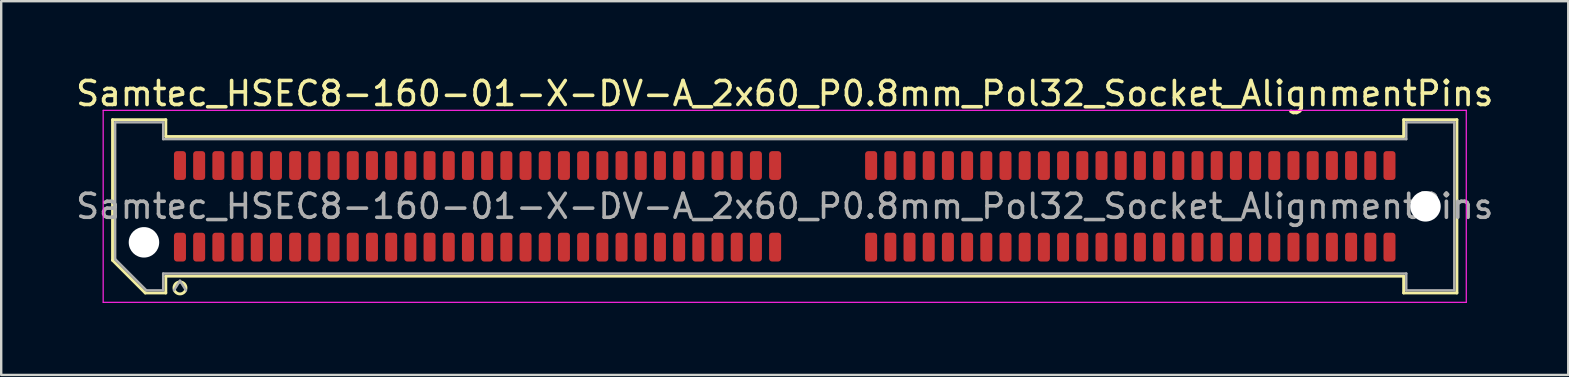
<source format=kicad_pcb>
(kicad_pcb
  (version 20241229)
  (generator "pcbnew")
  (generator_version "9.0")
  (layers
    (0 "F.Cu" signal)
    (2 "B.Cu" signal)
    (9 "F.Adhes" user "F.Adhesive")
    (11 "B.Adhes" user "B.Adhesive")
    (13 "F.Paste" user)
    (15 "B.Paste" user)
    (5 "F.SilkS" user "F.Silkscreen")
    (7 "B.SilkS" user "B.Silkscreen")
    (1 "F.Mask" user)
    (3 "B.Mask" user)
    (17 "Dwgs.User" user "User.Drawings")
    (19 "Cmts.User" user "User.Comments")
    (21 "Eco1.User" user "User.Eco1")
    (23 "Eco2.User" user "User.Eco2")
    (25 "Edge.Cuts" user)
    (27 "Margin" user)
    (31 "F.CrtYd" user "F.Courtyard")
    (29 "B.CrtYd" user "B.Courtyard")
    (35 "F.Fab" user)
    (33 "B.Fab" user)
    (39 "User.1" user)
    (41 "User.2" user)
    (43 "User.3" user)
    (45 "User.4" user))
  (footprint "Samtec_HSEC8-160-01-X-DV-A_2x60_P0.8mm_Pol32_Socket_AlignmentPins"
    (layer "F.Cu")
    (at 29.649 5.548)
    (property "Reference" "Samtec_HSEC8-160-01-X-DV-A_2x60_P0.8mm_Pol32_Socket_AlignmentPins" (at 0 -4.7 0) (layer "F.SilkS") (effects (font (size 1 1) (thickness 0.15))))
    (attr smd)
    (fp_line (start -28.01 -3.61) (end -25.79 -3.61) (stroke (width 0.12) (type solid)) (layer "F.SilkS"))
    (fp_line (start -28.01 2.246) (end -28.01 -3.61) (stroke (width 0.12) (type solid)) (layer "F.SilkS"))
    (fp_line (start -26.646 3.61) (end -28.01 2.246) (stroke (width 0.12) (type solid)) (layer "F.SilkS"))
    (fp_line (start -25.79 -3.61) (end -25.79 -2.91) (stroke (width 0.12) (type solid)) (layer "F.SilkS"))
    (fp_line (start -25.79 -2.91) (end 25.79 -2.91) (stroke (width 0.12) (type solid)) (layer "F.SilkS"))
    (fp_line (start -25.79 2.91) (end -25.79 3.61) (stroke (width 0.12) (type solid)) (layer "F.SilkS"))
    (fp_line (start -25.79 3.61) (end -26.646 3.61) (stroke (width 0.12) (type solid)) (layer "F.SilkS"))
    (fp_line (start 25.79 -3.61) (end 28.01 -3.61) (stroke (width 0.12) (type solid)) (layer "F.SilkS"))
    (fp_line (start 25.79 -2.91) (end 25.79 -3.61) (stroke (width 0.12) (type solid)) (layer "F.SilkS"))
    (fp_line (start 25.79 2.91) (end -25.79 2.91) (stroke (width 0.12) (type solid)) (layer "F.SilkS"))
    (fp_line (start 25.79 3.61) (end 25.79 2.91) (stroke (width 0.12) (type solid)) (layer "F.SilkS"))
    (fp_line (start 28.01 -3.61) (end 28.01 3.61) (stroke (width 0.12) (type solid)) (layer "F.SilkS"))
    (fp_line (start 28.01 3.61) (end 25.79 3.61) (stroke (width 0.12) (type solid)) (layer "F.SilkS"))
    (fp_arc (start -24.95 3.4) (mid -25.45 3.4) (end -24.95 3.4) (stroke (width 0.12) (type solid)) (layer "F.SilkS"))
    (fp_line (start -28.4 -4) (end -28.4 4) (stroke (width 0.05) (type solid)) (layer "F.CrtYd"))
    (fp_line (start -28.4 4) (end 28.4 4) (stroke (width 0.05) (type solid)) (layer "F.CrtYd"))
    (fp_line (start 28.4 -4) (end -28.4 -4) (stroke (width 0.05) (type solid)) (layer "F.CrtYd"))
    (fp_line (start 28.4 4) (end 28.4 -4) (stroke (width 0.05) (type solid)) (layer "F.CrtYd"))
    (fp_line (start -27.9 -3.5) (end -25.9 -3.5) (stroke (width 0.1) (type solid)) (layer "F.Fab"))
    (fp_line (start -27.9 2.2) (end -27.9 -3.5) (stroke (width 0.1) (type solid)) (layer "F.Fab"))
    (fp_line (start -26.6 3.5) (end -27.9 2.2) (stroke (width 0.1) (type solid)) (layer "F.Fab"))
    (fp_line (start -25.9 -3.5) (end -25.9 -2.8) (stroke (width 0.1) (type solid)) (layer "F.Fab"))
    (fp_line (start -25.9 -2.8) (end 25.9 -2.8) (stroke (width 0.1) (type solid)) (layer "F.Fab"))
    (fp_line (start -25.9 2.8) (end -25.9 3.5) (stroke (width 0.1) (type solid)) (layer "F.Fab"))
    (fp_line (start -25.9 3.5) (end -26.6 3.5) (stroke (width 0.1) (type solid)) (layer "F.Fab"))
    (fp_line (start -25.2 3.1) (end -25.45 3.5) (stroke (width 0.1) (type solid)) (layer "F.Fab"))
    (fp_line (start -25.2 3.1) (end -24.95 3.5) (stroke (width 0.1) (type solid)) (layer "F.Fab"))
    (fp_line (start 25.9 -3.5) (end 27.9 -3.5) (stroke (width 0.1) (type solid)) (layer "F.Fab"))
    (fp_line (start 25.9 -2.8) (end 25.9 -3.5) (stroke (width 0.1) (type solid)) (layer "F.Fab"))
    (fp_line (start 25.9 2.8) (end -25.9 2.8) (stroke (width 0.1) (type solid)) (layer "F.Fab"))
    (fp_line (start 25.9 3.5) (end 25.9 2.8) (stroke (width 0.1) (type solid)) (layer "F.Fab"))
    (fp_line (start 27.9 -3.5) (end 27.9 3.5) (stroke (width 0.1) (type solid)) (layer "F.Fab"))
    (fp_line (start 27.9 3.5) (end 25.9 3.5) (stroke (width 0.1) (type solid)) (layer "F.Fab"))
    (fp_text user "${REFERENCE}" (at 0 0 0) (layer "F.Fab") (effects (font (size 1 1) (thickness 0.15))))
    (pad "" np_thru_hole circle (at -26.7 1.5) (size 1.27 1.27) (drill 1.27) (layers "*.Cu" "*.Mask"))
    (pad "" np_thru_hole circle (at 26.7 0) (size 1.27 1.27) (drill 1.27) (layers "*.Cu" "*.Mask"))
    (pad "1" smd roundrect (at -25.2 1.7) (size 0.5 1.2) (layers "F.Cu" "F.Mask" "F.Paste") (roundrect_rratio 0.25))
    (pad "2" smd roundrect (at -25.2 -1.7) (size 0.5 1.2) (layers "F.Cu" "F.Mask" "F.Paste") (roundrect_rratio 0.25))
    (pad "3" smd roundrect (at -24.4 1.7) (size 0.5 1.2) (layers "F.Cu" "F.Mask" "F.Paste") (roundrect_rratio 0.25))
    (pad "4" smd roundrect (at -24.4 -1.7) (size 0.5 1.2) (layers "F.Cu" "F.Mask" "F.Paste") (roundrect_rratio 0.25))
    (pad "5" smd roundrect (at -23.6 1.7) (size 0.5 1.2) (layers "F.Cu" "F.Mask" "F.Paste") (roundrect_rratio 0.25))
    (pad "6" smd roundrect (at -23.6 -1.7) (size 0.5 1.2) (layers "F.Cu" "F.Mask" "F.Paste") (roundrect_rratio 0.25))
    (pad "7" smd roundrect (at -22.8 1.7) (size 0.5 1.2) (layers "F.Cu" "F.Mask" "F.Paste") (roundrect_rratio 0.25))
    (pad "8" smd roundrect (at -22.8 -1.7) (size 0.5 1.2) (layers "F.Cu" "F.Mask" "F.Paste") (roundrect_rratio 0.25))
    (pad "9" smd roundrect (at -22 1.7) (size 0.5 1.2) (layers "F.Cu" "F.Mask" "F.Paste") (roundrect_rratio 0.25))
    (pad "10" smd roundrect (at -22 -1.7) (size 0.5 1.2) (layers "F.Cu" "F.Mask" "F.Paste") (roundrect_rratio 0.25))
    (pad "11" smd roundrect (at -21.2 1.7) (size 0.5 1.2) (layers "F.Cu" "F.Mask" "F.Paste") (roundrect_rratio 0.25))
    (pad "12" smd roundrect (at -21.2 -1.7) (size 0.5 1.2) (layers "F.Cu" "F.Mask" "F.Paste") (roundrect_rratio 0.25))
    (pad "13" smd roundrect (at -20.4 1.7) (size 0.5 1.2) (layers "F.Cu" "F.Mask" "F.Paste") (roundrect_rratio 0.25))
    (pad "14" smd roundrect (at -20.4 -1.7) (size 0.5 1.2) (layers "F.Cu" "F.Mask" "F.Paste") (roundrect_rratio 0.25))
    (pad "15" smd roundrect (at -19.6 1.7) (size 0.5 1.2) (layers "F.Cu" "F.Mask" "F.Paste") (roundrect_rratio 0.25))
    (pad "16" smd roundrect (at -19.6 -1.7) (size 0.5 1.2) (layers "F.Cu" "F.Mask" "F.Paste") (roundrect_rratio 0.25))
    (pad "17" smd roundrect (at -18.8 1.7) (size 0.5 1.2) (layers "F.Cu" "F.Mask" "F.Paste") (roundrect_rratio 0.25))
    (pad "18" smd roundrect (at -18.8 -1.7) (size 0.5 1.2) (layers "F.Cu" "F.Mask" "F.Paste") (roundrect_rratio 0.25))
    (pad "19" smd roundrect (at -18 1.7) (size 0.5 1.2) (layers "F.Cu" "F.Mask" "F.Paste") (roundrect_rratio 0.25))
    (pad "20" smd roundrect (at -18 -1.7) (size 0.5 1.2) (layers "F.Cu" "F.Mask" "F.Paste") (roundrect_rratio 0.25))
    (pad "21" smd roundrect (at -17.2 1.7) (size 0.5 1.2) (layers "F.Cu" "F.Mask" "F.Paste") (roundrect_rratio 0.25))
    (pad "22" smd roundrect (at -17.2 -1.7) (size 0.5 1.2) (layers "F.Cu" "F.Mask" "F.Paste") (roundrect_rratio 0.25))
    (pad "23" smd roundrect (at -16.4 1.7) (size 0.5 1.2) (layers "F.Cu" "F.Mask" "F.Paste") (roundrect_rratio 0.25))
    (pad "24" smd roundrect (at -16.4 -1.7) (size 0.5 1.2) (layers "F.Cu" "F.Mask" "F.Paste") (roundrect_rratio 0.25))
    (pad "25" smd roundrect (at -15.6 1.7) (size 0.5 1.2) (layers "F.Cu" "F.Mask" "F.Paste") (roundrect_rratio 0.25))
    (pad "26" smd roundrect (at -15.6 -1.7) (size 0.5 1.2) (layers "F.Cu" "F.Mask" "F.Paste") (roundrect_rratio 0.25))
    (pad "27" smd roundrect (at -14.8 1.7) (size 0.5 1.2) (layers "F.Cu" "F.Mask" "F.Paste") (roundrect_rratio 0.25))
    (pad "28" smd roundrect (at -14.8 -1.7) (size 0.5 1.2) (layers "F.Cu" "F.Mask" "F.Paste") (roundrect_rratio 0.25))
    (pad "29" smd roundrect (at -14 1.7) (size 0.5 1.2) (layers "F.Cu" "F.Mask" "F.Paste") (roundrect_rratio 0.25))
    (pad "30" smd roundrect (at -14 -1.7) (size 0.5 1.2) (layers "F.Cu" "F.Mask" "F.Paste") (roundrect_rratio 0.25))
    (pad "31" smd roundrect (at -13.2 1.7) (size 0.5 1.2) (layers "F.Cu" "F.Mask" "F.Paste") (roundrect_rratio 0.25))
    (pad "32" smd roundrect (at -13.2 -1.7) (size 0.5 1.2) (layers "F.Cu" "F.Mask" "F.Paste") (roundrect_rratio 0.25))
    (pad "33" smd roundrect (at -12.4 1.7) (size 0.5 1.2) (layers "F.Cu" "F.Mask" "F.Paste") (roundrect_rratio 0.25))
    (pad "34" smd roundrect (at -12.4 -1.7) (size 0.5 1.2) (layers "F.Cu" "F.Mask" "F.Paste") (roundrect_rratio 0.25))
    (pad "35" smd roundrect (at -11.6 1.7) (size 0.5 1.2) (layers "F.Cu" "F.Mask" "F.Paste") (roundrect_rratio 0.25))
    (pad "36" smd roundrect (at -11.6 -1.7) (size 0.5 1.2) (layers "F.Cu" "F.Mask" "F.Paste") (roundrect_rratio 0.25))
    (pad "37" smd roundrect (at -10.8 1.7) (size 0.5 1.2) (layers "F.Cu" "F.Mask" "F.Paste") (roundrect_rratio 0.25))
    (pad "38" smd roundrect (at -10.8 -1.7) (size 0.5 1.2) (layers "F.Cu" "F.Mask" "F.Paste") (roundrect_rratio 0.25))
    (pad "39" smd roundrect (at -10 1.7) (size 0.5 1.2) (layers "F.Cu" "F.Mask" "F.Paste") (roundrect_rratio 0.25))
    (pad "40" smd roundrect (at -10 -1.7) (size 0.5 1.2) (layers "F.Cu" "F.Mask" "F.Paste") (roundrect_rratio 0.25))
    (pad "41" smd roundrect (at -9.2 1.7) (size 0.5 1.2) (layers "F.Cu" "F.Mask" "F.Paste") (roundrect_rratio 0.25))
    (pad "42" smd roundrect (at -9.2 -1.7) (size 0.5 1.2) (layers "F.Cu" "F.Mask" "F.Paste") (roundrect_rratio 0.25))
    (pad "43" smd roundrect (at -8.4 1.7) (size 0.5 1.2) (layers "F.Cu" "F.Mask" "F.Paste") (roundrect_rratio 0.25))
    (pad "44" smd roundrect (at -8.4 -1.7) (size 0.5 1.2) (layers "F.Cu" "F.Mask" "F.Paste") (roundrect_rratio 0.25))
    (pad "45" smd roundrect (at -7.6 1.7) (size 0.5 1.2) (layers "F.Cu" "F.Mask" "F.Paste") (roundrect_rratio 0.25))
    (pad "46" smd roundrect (at -7.6 -1.7) (size 0.5 1.2) (layers "F.Cu" "F.Mask" "F.Paste") (roundrect_rratio 0.25))
    (pad "47" smd roundrect (at -6.8 1.7) (size 0.5 1.2) (layers "F.Cu" "F.Mask" "F.Paste") (roundrect_rratio 0.25))
    (pad "48" smd roundrect (at -6.8 -1.7) (size 0.5 1.2) (layers "F.Cu" "F.Mask" "F.Paste") (roundrect_rratio 0.25))
    (pad "49" smd roundrect (at -6 1.7) (size 0.5 1.2) (layers "F.Cu" "F.Mask" "F.Paste") (roundrect_rratio 0.25))
    (pad "50" smd roundrect (at -6 -1.7) (size 0.5 1.2) (layers "F.Cu" "F.Mask" "F.Paste") (roundrect_rratio 0.25))
    (pad "51" smd roundrect (at -5.2 1.7) (size 0.5 1.2) (layers "F.Cu" "F.Mask" "F.Paste") (roundrect_rratio 0.25))
    (pad "52" smd roundrect (at -5.2 -1.7) (size 0.5 1.2) (layers "F.Cu" "F.Mask" "F.Paste") (roundrect_rratio 0.25))
    (pad "53" smd roundrect (at -4.4 1.7) (size 0.5 1.2) (layers "F.Cu" "F.Mask" "F.Paste") (roundrect_rratio 0.25))
    (pad "54" smd roundrect (at -4.4 -1.7) (size 0.5 1.2) (layers "F.Cu" "F.Mask" "F.Paste") (roundrect_rratio 0.25))
    (pad "55" smd roundrect (at -3.6 1.7) (size 0.5 1.2) (layers "F.Cu" "F.Mask" "F.Paste") (roundrect_rratio 0.25))
    (pad "56" smd roundrect (at -3.6 -1.7) (size 0.5 1.2) (layers "F.Cu" "F.Mask" "F.Paste") (roundrect_rratio 0.25))
    (pad "57" smd roundrect (at -2.8 1.7) (size 0.5 1.2) (layers "F.Cu" "F.Mask" "F.Paste") (roundrect_rratio 0.25))
    (pad "58" smd roundrect (at -2.8 -1.7) (size 0.5 1.2) (layers "F.Cu" "F.Mask" "F.Paste") (roundrect_rratio 0.25))
    (pad "59" smd roundrect (at -2 1.7) (size 0.5 1.2) (layers "F.Cu" "F.Mask" "F.Paste") (roundrect_rratio 0.25))
    (pad "60" smd roundrect (at -2 -1.7) (size 0.5 1.2) (layers "F.Cu" "F.Mask" "F.Paste") (roundrect_rratio 0.25))
    (pad "61" smd roundrect (at -1.2 1.7) (size 0.5 1.2) (layers "F.Cu" "F.Mask" "F.Paste") (roundrect_rratio 0.25))
    (pad "62" smd roundrect (at -1.2 -1.7) (size 0.5 1.2) (layers "F.Cu" "F.Mask" "F.Paste") (roundrect_rratio 0.25))
    (pad "63" smd roundrect (at -0.4 1.7) (size 0.5 1.2) (layers "F.Cu" "F.Mask" "F.Paste") (roundrect_rratio 0.25))
    (pad "64" smd roundrect (at -0.4 -1.7) (size 0.5 1.2) (layers "F.Cu" "F.Mask" "F.Paste") (roundrect_rratio 0.25))
    (pad "65" smd roundrect (at 3.6 1.7) (size 0.5 1.2) (layers "F.Cu" "F.Mask" "F.Paste") (roundrect_rratio 0.25))
    (pad "66" smd roundrect (at 3.6 -1.7) (size 0.5 1.2) (layers "F.Cu" "F.Mask" "F.Paste") (roundrect_rratio 0.25))
    (pad "67" smd roundrect (at 4.4 1.7) (size 0.5 1.2) (layers "F.Cu" "F.Mask" "F.Paste") (roundrect_rratio 0.25))
    (pad "68" smd roundrect (at 4.4 -1.7) (size 0.5 1.2) (layers "F.Cu" "F.Mask" "F.Paste") (roundrect_rratio 0.25))
    (pad "69" smd roundrect (at 5.2 1.7) (size 0.5 1.2) (layers "F.Cu" "F.Mask" "F.Paste") (roundrect_rratio 0.25))
    (pad "70" smd roundrect (at 5.2 -1.7) (size 0.5 1.2) (layers "F.Cu" "F.Mask" "F.Paste") (roundrect_rratio 0.25))
    (pad "71" smd roundrect (at 6 1.7) (size 0.5 1.2) (layers "F.Cu" "F.Mask" "F.Paste") (roundrect_rratio 0.25))
    (pad "72" smd roundrect (at 6 -1.7) (size 0.5 1.2) (layers "F.Cu" "F.Mask" "F.Paste") (roundrect_rratio 0.25))
    (pad "73" smd roundrect (at 6.8 1.7) (size 0.5 1.2) (layers "F.Cu" "F.Mask" "F.Paste") (roundrect_rratio 0.25))
    (pad "74" smd roundrect (at 6.8 -1.7) (size 0.5 1.2) (layers "F.Cu" "F.Mask" "F.Paste") (roundrect_rratio 0.25))
    (pad "75" smd roundrect (at 7.6 1.7) (size 0.5 1.2) (layers "F.Cu" "F.Mask" "F.Paste") (roundrect_rratio 0.25))
    (pad "76" smd roundrect (at 7.6 -1.7) (size 0.5 1.2) (layers "F.Cu" "F.Mask" "F.Paste") (roundrect_rratio 0.25))
    (pad "77" smd roundrect (at 8.4 1.7) (size 0.5 1.2) (layers "F.Cu" "F.Mask" "F.Paste") (roundrect_rratio 0.25))
    (pad "78" smd roundrect (at 8.4 -1.7) (size 0.5 1.2) (layers "F.Cu" "F.Mask" "F.Paste") (roundrect_rratio 0.25))
    (pad "79" smd roundrect (at 9.2 1.7) (size 0.5 1.2) (layers "F.Cu" "F.Mask" "F.Paste") (roundrect_rratio 0.25))
    (pad "80" smd roundrect (at 9.2 -1.7) (size 0.5 1.2) (layers "F.Cu" "F.Mask" "F.Paste") (roundrect_rratio 0.25))
    (pad "81" smd roundrect (at 10 1.7) (size 0.5 1.2) (layers "F.Cu" "F.Mask" "F.Paste") (roundrect_rratio 0.25))
    (pad "82" smd roundrect (at 10 -1.7) (size 0.5 1.2) (layers "F.Cu" "F.Mask" "F.Paste") (roundrect_rratio 0.25))
    (pad "83" smd roundrect (at 10.8 1.7) (size 0.5 1.2) (layers "F.Cu" "F.Mask" "F.Paste") (roundrect_rratio 0.25))
    (pad "84" smd roundrect (at 10.8 -1.7) (size 0.5 1.2) (layers "F.Cu" "F.Mask" "F.Paste") (roundrect_rratio 0.25))
    (pad "85" smd roundrect (at 11.6 1.7) (size 0.5 1.2) (layers "F.Cu" "F.Mask" "F.Paste") (roundrect_rratio 0.25))
    (pad "86" smd roundrect (at 11.6 -1.7) (size 0.5 1.2) (layers "F.Cu" "F.Mask" "F.Paste") (roundrect_rratio 0.25))
    (pad "87" smd roundrect (at 12.4 1.7) (size 0.5 1.2) (layers "F.Cu" "F.Mask" "F.Paste") (roundrect_rratio 0.25))
    (pad "88" smd roundrect (at 12.4 -1.7) (size 0.5 1.2) (layers "F.Cu" "F.Mask" "F.Paste") (roundrect_rratio 0.25))
    (pad "89" smd roundrect (at 13.2 1.7) (size 0.5 1.2) (layers "F.Cu" "F.Mask" "F.Paste") (roundrect_rratio 0.25))
    (pad "90" smd roundrect (at 13.2 -1.7) (size 0.5 1.2) (layers "F.Cu" "F.Mask" "F.Paste") (roundrect_rratio 0.25))
    (pad "91" smd roundrect (at 14 1.7) (size 0.5 1.2) (layers "F.Cu" "F.Mask" "F.Paste") (roundrect_rratio 0.25))
    (pad "92" smd roundrect (at 14 -1.7) (size 0.5 1.2) (layers "F.Cu" "F.Mask" "F.Paste") (roundrect_rratio 0.25))
    (pad "93" smd roundrect (at 14.8 1.7) (size 0.5 1.2) (layers "F.Cu" "F.Mask" "F.Paste") (roundrect_rratio 0.25))
    (pad "94" smd roundrect (at 14.8 -1.7) (size 0.5 1.2) (layers "F.Cu" "F.Mask" "F.Paste") (roundrect_rratio 0.25))
    (pad "95" smd roundrect (at 15.6 1.7) (size 0.5 1.2) (layers "F.Cu" "F.Mask" "F.Paste") (roundrect_rratio 0.25))
    (pad "96" smd roundrect (at 15.6 -1.7) (size 0.5 1.2) (layers "F.Cu" "F.Mask" "F.Paste") (roundrect_rratio 0.25))
    (pad "97" smd roundrect (at 16.4 1.7) (size 0.5 1.2) (layers "F.Cu" "F.Mask" "F.Paste") (roundrect_rratio 0.25))
    (pad "98" smd roundrect (at 16.4 -1.7) (size 0.5 1.2) (layers "F.Cu" "F.Mask" "F.Paste") (roundrect_rratio 0.25))
    (pad "99" smd roundrect (at 17.2 1.7) (size 0.5 1.2) (layers "F.Cu" "F.Mask" "F.Paste") (roundrect_rratio 0.25))
    (pad "100" smd roundrect (at 17.2 -1.7) (size 0.5 1.2) (layers "F.Cu" "F.Mask" "F.Paste") (roundrect_rratio 0.25))
    (pad "101" smd roundrect (at 18 1.7) (size 0.5 1.2) (layers "F.Cu" "F.Mask" "F.Paste") (roundrect_rratio 0.25))
    (pad "102" smd roundrect (at 18 -1.7) (size 0.5 1.2) (layers "F.Cu" "F.Mask" "F.Paste") (roundrect_rratio 0.25))
    (pad "103" smd roundrect (at 18.8 1.7) (size 0.5 1.2) (layers "F.Cu" "F.Mask" "F.Paste") (roundrect_rratio 0.25))
    (pad "104" smd roundrect (at 18.8 -1.7) (size 0.5 1.2) (layers "F.Cu" "F.Mask" "F.Paste") (roundrect_rratio 0.25))
    (pad "105" smd roundrect (at 19.6 1.7) (size 0.5 1.2) (layers "F.Cu" "F.Mask" "F.Paste") (roundrect_rratio 0.25))
    (pad "106" smd roundrect (at 19.6 -1.7) (size 0.5 1.2) (layers "F.Cu" "F.Mask" "F.Paste") (roundrect_rratio 0.25))
    (pad "107" smd roundrect (at 20.4 1.7) (size 0.5 1.2) (layers "F.Cu" "F.Mask" "F.Paste") (roundrect_rratio 0.25))
    (pad "108" smd roundrect (at 20.4 -1.7) (size 0.5 1.2) (layers "F.Cu" "F.Mask" "F.Paste") (roundrect_rratio 0.25))
    (pad "109" smd roundrect (at 21.2 1.7) (size 0.5 1.2) (layers "F.Cu" "F.Mask" "F.Paste") (roundrect_rratio 0.25))
    (pad "110" smd roundrect (at 21.2 -1.7) (size 0.5 1.2) (layers "F.Cu" "F.Mask" "F.Paste") (roundrect_rratio 0.25))
    (pad "111" smd roundrect (at 22 1.7) (size 0.5 1.2) (layers "F.Cu" "F.Mask" "F.Paste") (roundrect_rratio 0.25))
    (pad "112" smd roundrect (at 22 -1.7) (size 0.5 1.2) (layers "F.Cu" "F.Mask" "F.Paste") (roundrect_rratio 0.25))
    (pad "113" smd roundrect (at 22.8 1.7) (size 0.5 1.2) (layers "F.Cu" "F.Mask" "F.Paste") (roundrect_rratio 0.25))
    (pad "114" smd roundrect (at 22.8 -1.7) (size 0.5 1.2) (layers "F.Cu" "F.Mask" "F.Paste") (roundrect_rratio 0.25))
    (pad "115" smd roundrect (at 23.6 1.7) (size 0.5 1.2) (layers "F.Cu" "F.Mask" "F.Paste") (roundrect_rratio 0.25))
    (pad "116" smd roundrect (at 23.6 -1.7) (size 0.5 1.2) (layers "F.Cu" "F.Mask" "F.Paste") (roundrect_rratio 0.25))
    (pad "117" smd roundrect (at 24.4 1.7) (size 0.5 1.2) (layers "F.Cu" "F.Mask" "F.Paste") (roundrect_rratio 0.25))
    (pad "118" smd roundrect (at 24.4 -1.7) (size 0.5 1.2) (layers "F.Cu" "F.Mask" "F.Paste") (roundrect_rratio 0.25))
    (pad "119" smd roundrect (at 25.2 1.7) (size 0.5 1.2) (layers "F.Cu" "F.Mask" "F.Paste") (roundrect_rratio 0.25))
    (pad "120" smd roundrect (at 25.2 -1.7) (size 0.5 1.2) (layers "F.Cu" "F.Mask" "F.Paste") (roundrect_rratio 0.25)))
  (gr_rect
    (start -3 -3)
    (end 62.298 12.573)
    (stroke (width 0.1) (type default))
    (fill no)
    (layer "Edge.Cuts")))
</source>
